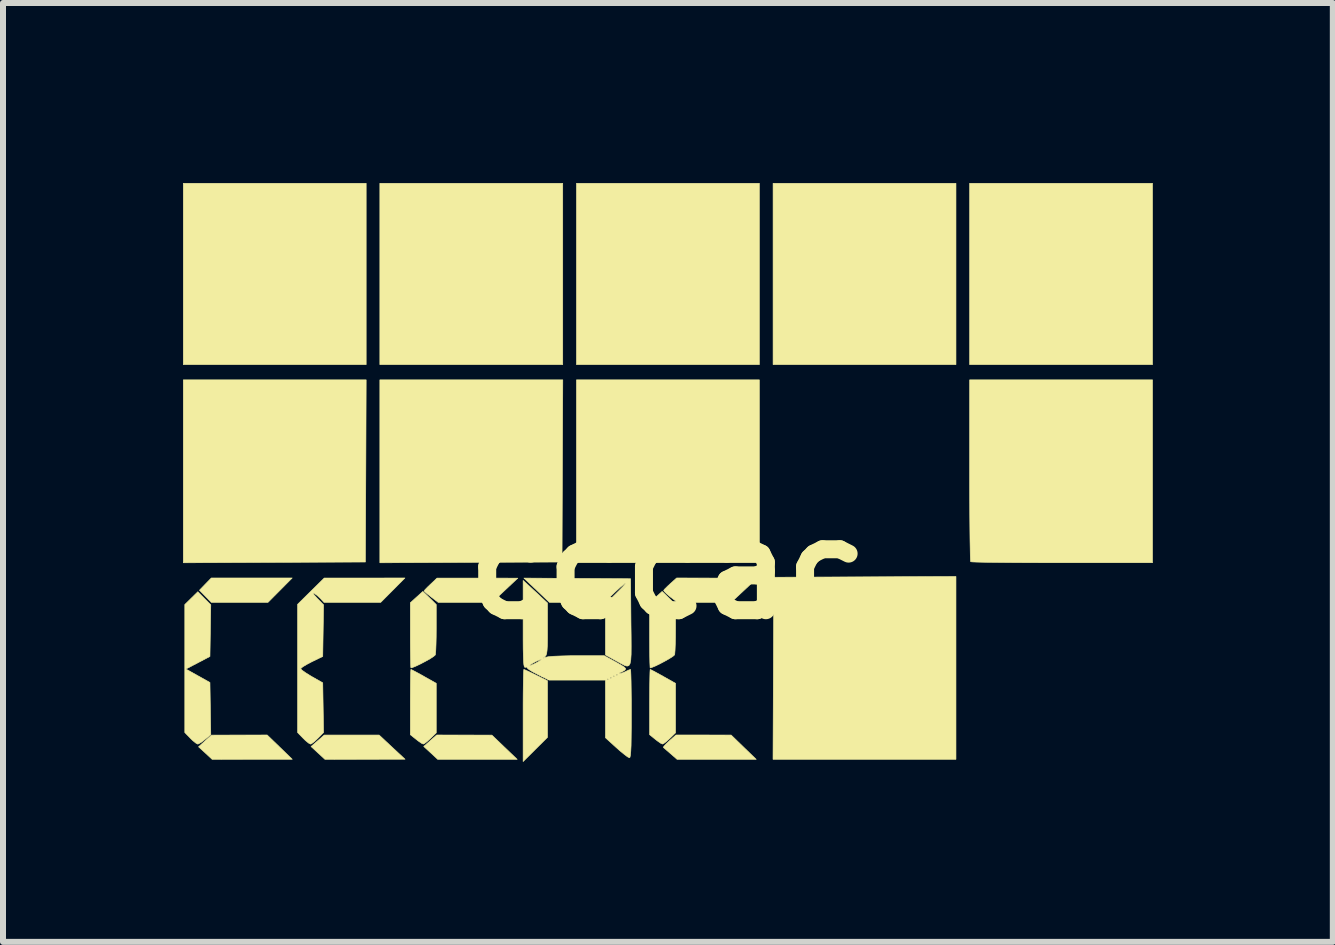
<source format=kicad_pcb>
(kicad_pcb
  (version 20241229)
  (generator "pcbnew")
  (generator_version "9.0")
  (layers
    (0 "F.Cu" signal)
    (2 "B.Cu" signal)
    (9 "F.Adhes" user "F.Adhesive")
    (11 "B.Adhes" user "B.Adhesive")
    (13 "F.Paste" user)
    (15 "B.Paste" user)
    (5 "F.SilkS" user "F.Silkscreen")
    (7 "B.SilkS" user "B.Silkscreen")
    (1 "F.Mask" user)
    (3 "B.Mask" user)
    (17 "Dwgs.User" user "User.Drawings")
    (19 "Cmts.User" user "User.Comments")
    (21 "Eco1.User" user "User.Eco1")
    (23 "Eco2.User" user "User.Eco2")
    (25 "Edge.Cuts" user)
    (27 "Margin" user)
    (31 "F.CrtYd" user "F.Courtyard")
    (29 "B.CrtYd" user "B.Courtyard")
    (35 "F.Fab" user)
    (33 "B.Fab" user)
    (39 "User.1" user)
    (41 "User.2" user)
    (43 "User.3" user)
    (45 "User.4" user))
  (footprint "cccac"
    (layer "F.Cu")
    (at 8.082 6.431)
    (property "Reference" "cccac" (at 0 0 0) (layer "F.SilkS") (effects (font (size 1.524 1.524) (thickness 0.3))))
    (attr through_hole)
    (fp_poly (pts (xy -5.029 -3.404) (xy -8.077 -3.404) (xy -8.077 -6.426) (xy -5.029 -6.426) (xy -5.029 -3.404)) (stroke (width 0.01) (type solid)) (fill yes) (layer "F.SilkS"))
    (fp_poly (pts (xy -1.753 -3.404) (xy -4.801 -3.404) (xy -4.801 -6.426) (xy -1.753 -6.426) (xy -1.753 -3.404)) (stroke (width 0.01) (type solid)) (fill yes) (layer "F.SilkS"))
    (fp_poly (pts (xy 1.524 -3.404) (xy -1.524 -3.404) (xy -1.524 -6.426) (xy 1.524 -6.426) (xy 1.524 -3.404)) (stroke (width 0.01) (type solid)) (fill yes) (layer "F.SilkS"))
    (fp_poly (pts (xy 1.524 -0.102) (xy -1.524 -0.102) (xy -1.524 -3.15) (xy 1.524 -3.15) (xy 1.524 -0.102)) (stroke (width 0.01) (type solid)) (fill yes) (layer "F.SilkS"))
    (fp_poly (pts (xy 4.801 -3.404) (xy 1.753 -3.404) (xy 1.753 -6.426) (xy 4.801 -6.426) (xy 4.801 -3.404)) (stroke (width 0.01) (type solid)) (fill yes) (layer "F.SilkS"))
    (fp_poly (pts (xy 4.801 3.175) (xy 1.752 3.175) (xy 1.765 0.14) (xy 4.801 0.127) (xy 4.801 3.175)) (stroke (width 0.01) (type solid)) (fill yes) (layer "F.SilkS"))
    (fp_poly (pts (xy 8.077 -3.404) (xy 5.029 -3.404) (xy 5.029 -6.426) (xy 8.077 -6.426) (xy 8.077 -3.404)) (stroke (width 0.01) (type solid)) (fill yes) (layer "F.SilkS"))
    (fp_poly (pts (xy -5.035 -1.632) (xy -5.042 -0.114) (xy -6.56 -0.108) (xy -8.077 -0.101) (xy -8.077 -3.15) (xy -5.029 -3.15) (xy -5.035 -1.632)) (stroke (width 0.01) (type solid)) (fill yes) (layer "F.SilkS"))
    (fp_poly (pts (xy -1.759 -1.632) (xy -1.765 -0.114) (xy -3.283 -0.108) (xy -4.801 -0.101) (xy -4.801 -3.15) (xy -1.752 -3.15) (xy -1.759 -1.632)) (stroke (width 0.01) (type solid)) (fill yes) (layer "F.SilkS"))
    (fp_poly (pts (xy -6.464 0.356) (xy -6.666 0.559) (xy -7.61 0.559) (xy -7.709 0.457) (xy -7.808 0.356) (xy -7.709 0.254) (xy -7.61 0.152) (xy -6.262 0.152) (xy -6.464 0.356)) (stroke (width 0.01) (type solid)) (fill yes) (layer "F.SilkS"))
    (fp_poly (pts (xy -4.813 2.77) (xy -4.597 2.972) (xy -4.381 3.173) (xy -5.716 3.175) (xy -5.832 3.068) (xy -5.948 2.961) (xy -5.838 2.866) (xy -5.728 2.77) (xy -4.813 2.77)) (stroke (width 0.01) (type solid)) (fill yes) (layer "F.SilkS"))
    (fp_poly (pts (xy -3.394 2.77) (xy -2.934 2.771) (xy -2.723 2.973) (xy -2.512 3.175) (xy -3.837 3.175) (xy -3.953 3.067) (xy -4.07 2.96) (xy -3.962 2.864) (xy -3.854 2.769) (xy -3.394 2.77)) (stroke (width 0.01) (type solid)) (fill yes) (layer "F.SilkS"))
    (fp_poly (pts (xy -6.47 2.971) (xy -6.261 3.174) (xy -6.928 3.174) (xy -7.596 3.175) (xy -7.709 3.07) (xy -7.823 2.966) (xy -7.715 2.868) (xy -7.607 2.771) (xy -7.143 2.77) (xy -6.679 2.769) (xy -6.47 2.971)) (stroke (width 0.01) (type solid)) (fill yes) (layer "F.SilkS"))
    (fp_poly (pts (xy 0.594 2.769) (xy 1.054 2.77) (xy 1.472 3.175) (xy 0.153 3.175) (xy 0.045 3.081) (xy -0.017 3.027) (xy -0.061 2.989) (xy -0.076 2.976) (xy -0.066 2.956) (xy -0.026 2.913) (xy 0.022 2.868) (xy 0.134 2.769) (xy 0.594 2.769)) (stroke (width 0.01) (type solid)) (fill yes) (layer "F.SilkS"))
    (fp_poly (pts (xy -3.175 0.154) (xy -2.502 0.155) (xy -2.717 0.357) (xy -2.932 0.559) (xy -3.828 0.559) (xy -3.946 0.469) (xy -4.009 0.419) (xy -4.052 0.382) (xy -4.064 0.368) (xy -4.047 0.346) (xy -4.003 0.301) (xy -3.956 0.256) (xy -3.848 0.154) (xy -3.175 0.154)) (stroke (width 0.01) (type solid)) (fill yes) (layer "F.SilkS"))
    (fp_poly (pts (xy 0.816 0.154) (xy 1.486 0.155) (xy 1.27 0.357) (xy 1.054 0.558) (xy 0.607 0.559) (xy 0.16 0.559) (xy 0.04 0.468) (xy -0.022 0.416) (xy -0.062 0.376) (xy -0.071 0.358) (xy -0.049 0.332) (xy -0.001 0.285) (xy 0.041 0.246) (xy 0.146 0.152) (xy 0.816 0.154)) (stroke (width 0.01) (type solid)) (fill yes) (layer "F.SilkS"))
    (fp_poly (pts (xy -2.374 1.687) (xy -2.313 1.715) (xy -2.23 1.755) (xy -2.198 1.771) (xy -2.007 1.865) (xy -2.007 2.808) (xy -2.21 3.01) (xy -2.413 3.212) (xy -2.413 2.444) (xy -2.413 2.253) (xy -2.412 2.078) (xy -2.41 1.928) (xy -2.408 1.807) (xy -2.405 1.723) (xy -2.402 1.68) (xy -2.401 1.676) (xy -2.374 1.687)) (stroke (width 0.01) (type solid)) (fill yes) (layer "F.SilkS"))
    (fp_poly (pts (xy -7.726 0.491) (xy -7.619 0.6) (xy -7.626 1.03) (xy -7.633 1.46) (xy -8.034 1.67) (xy -7.833 1.782) (xy -7.633 1.894) (xy -7.626 2.329) (xy -7.619 2.764) (xy -7.714 2.842) (xy -7.775 2.889) (xy -7.823 2.917) (xy -7.837 2.921) (xy -7.868 2.904) (xy -7.921 2.861) (xy -7.958 2.825) (xy -8.052 2.728) (xy -8.052 1.662) (xy -8.052 0.595) (xy -7.943 0.488) (xy -7.834 0.381) (xy -7.726 0.491)) (stroke (width 0.01) (type solid)) (fill yes) (layer "F.SilkS"))
    (fp_poly (pts (xy -4.258 1.688) (xy -4.199 1.719) (xy -4.116 1.764) (xy -4.067 1.792) (xy -3.861 1.908) (xy -3.861 2.733) (xy -3.957 2.827) (xy -4.016 2.88) (xy -4.061 2.914) (xy -4.078 2.92) (xy -4.11 2.905) (xy -4.165 2.866) (xy -4.197 2.841) (xy -4.293 2.764) (xy -4.293 2.22) (xy -4.292 2.06) (xy -4.291 1.919) (xy -4.289 1.803) (xy -4.287 1.721) (xy -4.284 1.68) (xy -4.283 1.676) (xy -4.258 1.688)) (stroke (width 0.01) (type solid)) (fill yes) (layer "F.SilkS"))
    (fp_poly (pts (xy -0.27 1.688) (xy -0.211 1.719) (xy -0.129 1.764) (xy -0.079 1.792) (xy 0.127 1.908) (xy 0.127 2.733) (xy 0.031 2.827) (xy -0.028 2.88) (xy -0.074 2.914) (xy -0.09 2.92) (xy -0.123 2.905) (xy -0.178 2.866) (xy -0.21 2.841) (xy -0.305 2.764) (xy -0.305 2.22) (xy -0.304 2.06) (xy -0.303 1.919) (xy -0.301 1.803) (xy -0.299 1.721) (xy -0.296 1.68) (xy -0.295 1.676) (xy -0.27 1.688)) (stroke (width 0.01) (type solid)) (fill yes) (layer "F.SilkS"))
    (fp_poly (pts (xy 8.077 -0.102) (xy 6.57 -0.102) (xy 6.298 -0.102) (xy 6.041 -0.103) (xy 5.804 -0.104) (xy 5.591 -0.106) (xy 5.407 -0.108) (xy 5.256 -0.11) (xy 5.142 -0.113) (xy 5.071 -0.116) (xy 5.046 -0.119) (xy 5.043 -0.146) (xy 5.04 -0.22) (xy 5.038 -0.336) (xy 5.035 -0.49) (xy 5.033 -0.676) (xy 5.031 -0.89) (xy 5.03 -1.129) (xy 5.029 -1.387) (xy 5.029 -1.643) (xy 5.029 -3.15) (xy 8.077 -3.15) (xy 8.077 -0.102)) (stroke (width 0.01) (type solid)) (fill yes) (layer "F.SilkS"))
    (fp_poly (pts (xy -3.972 0.485) (xy -3.861 0.595) (xy -3.861 0.994) (xy -3.862 1.134) (xy -3.865 1.258) (xy -3.869 1.356) (xy -3.874 1.419) (xy -3.877 1.435) (xy -3.904 1.459) (xy -3.963 1.498) (xy -4.042 1.542) (xy -4.128 1.587) (xy -4.206 1.624) (xy -4.264 1.647) (xy -4.283 1.651) (xy -4.286 1.627) (xy -4.288 1.559) (xy -4.29 1.455) (xy -4.292 1.323) (xy -4.293 1.169) (xy -4.293 1.108) (xy -4.293 0.565) (xy -4.188 0.47) (xy -4.084 0.376) (xy -3.972 0.485)) (stroke (width 0.01) (type solid)) (fill yes) (layer "F.SilkS"))
    (fp_poly (pts (xy 0.016 0.485) (xy 0.127 0.595) (xy 0.127 0.994) (xy 0.126 1.134) (xy 0.123 1.258) (xy 0.119 1.356) (xy 0.114 1.418) (xy 0.111 1.434) (xy 0.085 1.457) (xy 0.026 1.495) (xy -0.053 1.54) (xy -0.138 1.585) (xy -0.217 1.623) (xy -0.275 1.646) (xy -0.296 1.651) (xy -0.298 1.627) (xy -0.301 1.559) (xy -0.303 1.455) (xy -0.304 1.323) (xy -0.305 1.169) (xy -0.305 1.108) (xy -0.305 0.565) (xy -0.2 0.47) (xy -0.096 0.376) (xy 0.016 0.485)) (stroke (width 0.01) (type solid)) (fill yes) (layer "F.SilkS"))
    (fp_poly (pts (xy -0.622 0.165) (xy -0.616 0.895) (xy -0.613 1.116) (xy -0.612 1.291) (xy -0.613 1.424) (xy -0.619 1.518) (xy -0.631 1.58) (xy -0.651 1.613) (xy -0.681 1.621) (xy -0.723 1.609) (xy -0.777 1.581) (xy -0.847 1.542) (xy -0.87 1.529) (xy -1.041 1.435) (xy -1.041 1.01) (xy -1.041 0.586) (xy -0.832 0.379) (xy -0.761 0.307) (xy -0.716 0.258) (xy -0.701 0.236) (xy -0.719 0.245) (xy -0.724 0.249) (xy -0.8 0.312) (xy -0.886 0.391) (xy -0.939 0.442) (xy -1.052 0.559) (xy -1.974 0.559) (xy -2.4 0.154) (xy -0.622 0.165)) (stroke (width 0.01) (type solid)) (fill yes) (layer "F.SilkS"))
    (fp_poly (pts (xy -4.585 0.356) (xy -4.787 0.559) (xy -5.732 0.559) (xy -5.793 0.493) (xy -5.85 0.44) (xy -5.904 0.402) (xy -5.905 0.401) (xy -5.916 0.403) (xy -5.895 0.435) (xy -5.848 0.488) (xy -5.739 0.6) (xy -5.746 1.03) (xy -5.753 1.46) (xy -5.936 1.549) (xy -6.021 1.594) (xy -6.086 1.633) (xy -6.118 1.66) (xy -6.12 1.664) (xy -6.101 1.687) (xy -6.046 1.727) (xy -5.968 1.776) (xy -5.938 1.794) (xy -5.753 1.899) (xy -5.746 2.313) (xy -5.739 2.727) (xy -5.834 2.824) (xy -5.892 2.879) (xy -5.939 2.914) (xy -5.956 2.921) (xy -5.989 2.904) (xy -6.041 2.861) (xy -6.078 2.825) (xy -6.172 2.728) (xy -6.172 0.591) (xy -5.728 0.153) (xy -5.055 0.153) (xy -4.383 0.152) (xy -4.585 0.356)) (stroke (width 0.01) (type solid)) (fill yes) (layer "F.SilkS"))
    (fp_poly (pts (xy -2.318 0.28) (xy -2.241 0.351) (xy -2.154 0.431) (xy -2.115 0.469) (xy -2.007 0.569) (xy -2.007 0.999) (xy -2.007 1.159) (xy -2.009 1.276) (xy -2.014 1.357) (xy -2.021 1.41) (xy -2.032 1.443) (xy -2.048 1.463) (xy -2.051 1.465) (xy -2.079 1.49) (xy -2.066 1.487) (xy -2.04 1.475) (xy -1.995 1.465) (xy -1.906 1.457) (xy -1.781 1.452) (xy -1.627 1.448) (xy -1.522 1.448) (xy -1.06 1.448) (xy -0.869 1.553) (xy -0.778 1.605) (xy -0.725 1.639) (xy -0.705 1.662) (xy -0.711 1.681) (xy -0.725 1.693) (xy -0.772 1.72) (xy -0.796 1.727) (xy -0.81 1.738) (xy -0.807 1.742) (xy -0.777 1.741) (xy -0.723 1.72) (xy -0.715 1.716) (xy -0.659 1.689) (xy -0.625 1.677) (xy -0.624 1.676) (xy -0.62 1.701) (xy -0.617 1.77) (xy -0.614 1.877) (xy -0.612 2.015) (xy -0.61 2.18) (xy -0.61 2.363) (xy -0.61 2.413) (xy -0.61 2.636) (xy -0.612 2.812) (xy -0.614 2.946) (xy -0.619 3.042) (xy -0.625 3.105) (xy -0.632 3.14) (xy -0.641 3.149) (xy -0.673 3.133) (xy -0.731 3.089) (xy -0.808 3.026) (xy -0.857 2.982) (xy -1.041 2.815) (xy -1.041 1.854) (xy -1.98 1.854) (xy -2.006 1.841) (xy -1.016 1.841) (xy -1.003 1.854) (xy -0.991 1.841) (xy -1.003 1.829) (xy -1.016 1.841) (xy -2.006 1.841) (xy -2.057 1.816) (xy -0.965 1.816) (xy -0.953 1.829) (xy -0.94 1.816) (xy -0.953 1.803) (xy -0.965 1.816) (xy -2.057 1.816) (xy -2.109 1.791) (xy -0.914 1.791) (xy -0.902 1.803) (xy -0.889 1.791) (xy -0.902 1.778) (xy -0.914 1.791) (xy -2.109 1.791) (xy -2.16 1.765) (xy -0.864 1.765) (xy -0.851 1.778) (xy -0.838 1.765) (xy -0.851 1.753) (xy -0.864 1.765) (xy -2.16 1.765) (xy -2.17 1.76) (xy -2.255 1.716) (xy -2.317 1.677) (xy -2.346 1.651) (xy -2.347 1.646) (xy -2.354 1.636) (xy -2.374 1.641) (xy -2.385 1.641) (xy -2.394 1.628) (xy -2.397 1.614) (xy -2.311 1.614) (xy -2.291 1.611) (xy -2.241 1.59) (xy -2.21 1.575) (xy -2.149 1.541) (xy -2.113 1.516) (xy -2.108 1.51) (xy -2.128 1.513) (xy -2.179 1.534) (xy -2.21 1.549) (xy -2.271 1.583) (xy -2.307 1.608) (xy -2.311 1.614) (xy -2.397 1.614) (xy -2.401 1.596) (xy -2.406 1.54) (xy -2.409 1.455) (xy -2.412 1.336) (xy -2.413 1.178) (xy -2.413 0.975) (xy -2.413 0.925) (xy -2.413 0.193) (xy -2.318 0.28)) (stroke (width 0.01) (type solid)) (fill yes) (layer "F.SilkS")))
  (gr_rect
    (start -3 -3)
    (end 19.164 12.648)
    (stroke (width 0.1) (type default))
    (fill no)
    (layer "Edge.Cuts")))
</source>
